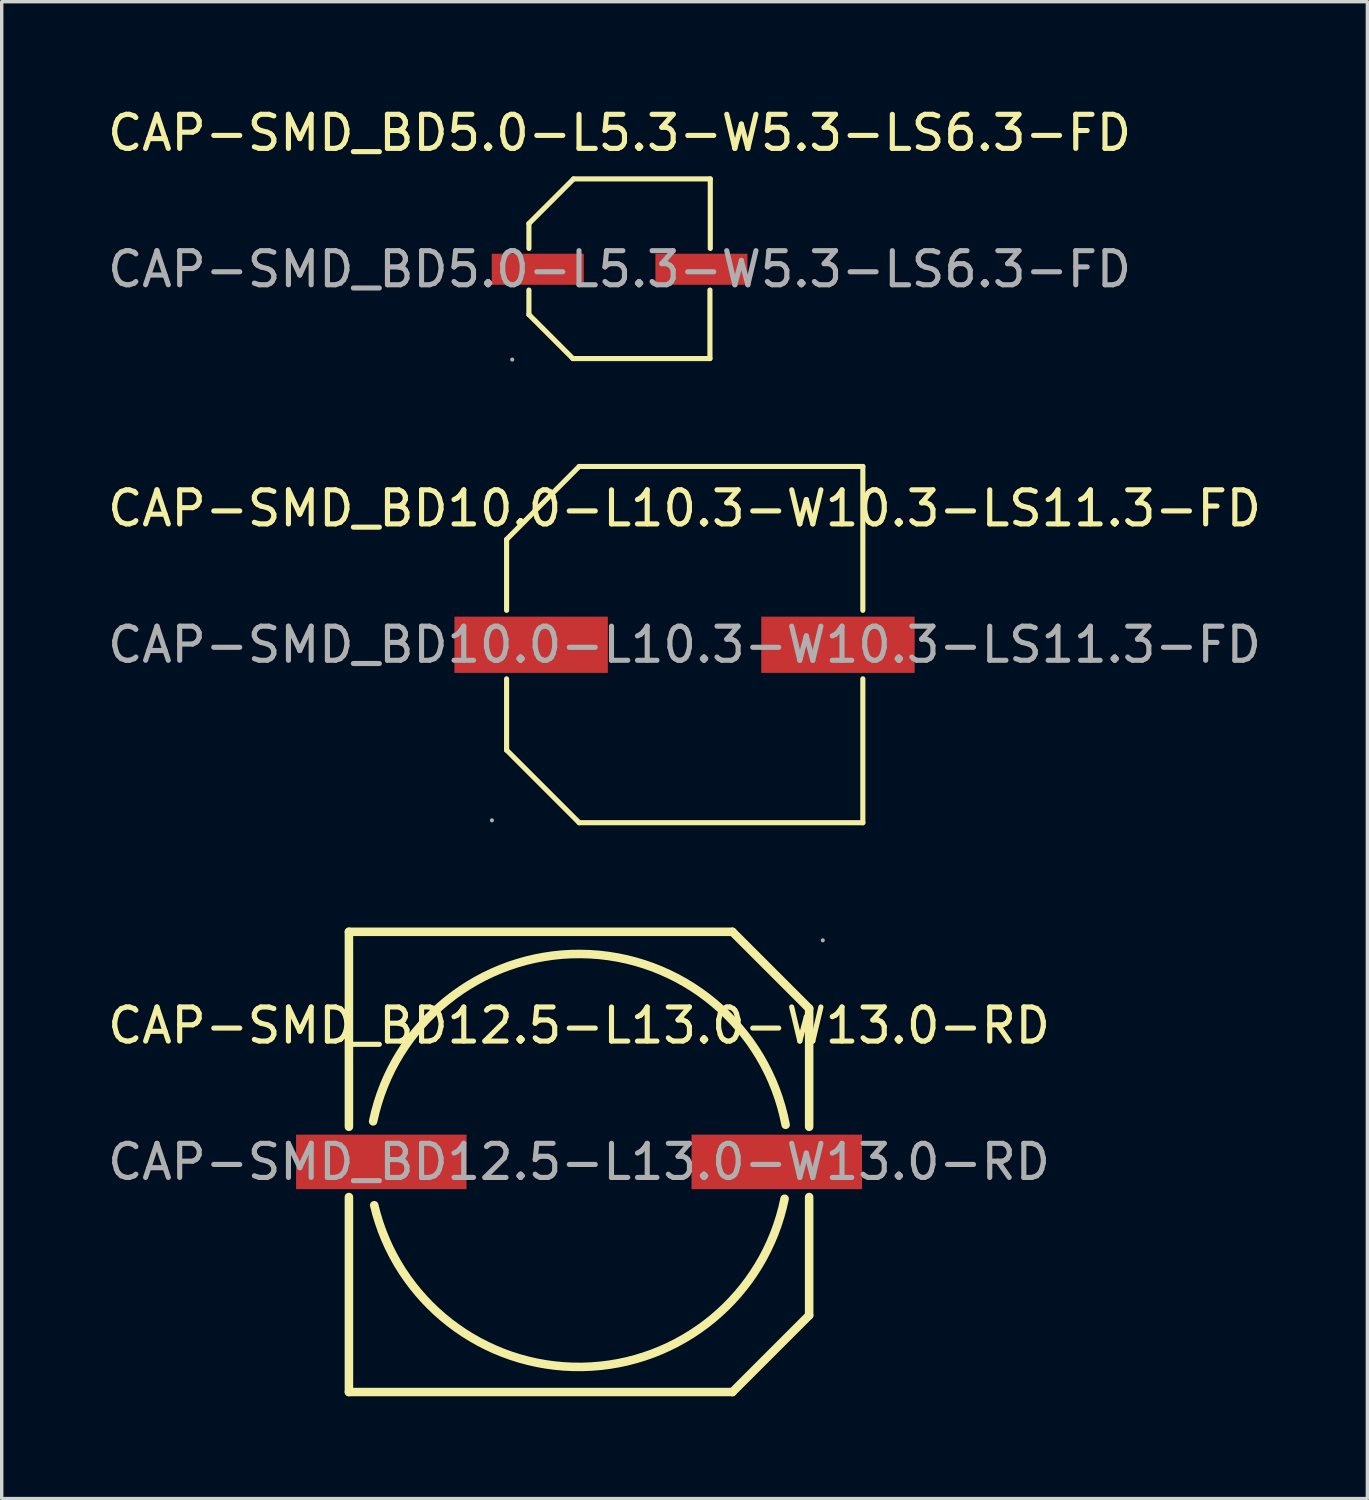
<source format=kicad_pcb>
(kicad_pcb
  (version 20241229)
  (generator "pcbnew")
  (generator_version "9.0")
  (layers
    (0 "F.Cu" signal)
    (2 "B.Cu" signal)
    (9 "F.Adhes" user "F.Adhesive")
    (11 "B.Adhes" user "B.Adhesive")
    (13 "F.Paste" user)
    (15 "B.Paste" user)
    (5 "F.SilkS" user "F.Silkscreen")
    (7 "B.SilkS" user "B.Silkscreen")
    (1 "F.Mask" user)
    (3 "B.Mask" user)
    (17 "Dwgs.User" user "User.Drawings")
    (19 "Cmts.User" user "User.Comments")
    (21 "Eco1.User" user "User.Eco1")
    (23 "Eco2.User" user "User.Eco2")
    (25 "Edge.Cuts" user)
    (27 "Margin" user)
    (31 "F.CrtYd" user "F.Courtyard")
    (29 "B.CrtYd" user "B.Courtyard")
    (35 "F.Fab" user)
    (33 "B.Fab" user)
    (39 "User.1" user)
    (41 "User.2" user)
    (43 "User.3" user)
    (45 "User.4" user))
  (footprint "CAP-SMD_BD5.0-L5.3-W5.3-LS6.3-FD"
    (layer "F.Cu")
    (at 15.125 4.848)
    (property "Reference" "CAP-SMD_BD5.0-L5.3-W5.3-LS6.3-FD" (at 0 -4 0) (layer "F.SilkS") (effects (font (size 1 1) (thickness 0.15))))
    (attr smd)
    (fp_line (start -2.66 -1.34) (end -2.66 -0.61) (stroke (width 0.15) (type solid)) (layer "F.SilkS"))
    (fp_line (start -2.66 1.33) (end -2.66 0.61) (stroke (width 0.15) (type solid)) (layer "F.SilkS"))
    (fp_line (start -1.37 2.62) (end -2.66 1.33) (stroke (width 0.15) (type solid)) (layer "F.SilkS"))
    (fp_line (start -1.35 -2.65) (end -2.66 -1.34) (stroke (width 0.15) (type solid)) (layer "F.SilkS"))
    (fp_line (start 2.65 0.61) (end 2.65 2.62) (stroke (width 0.15) (type solid)) (layer "F.SilkS"))
    (fp_line (start 2.65 2.62) (end -1.37 2.62) (stroke (width 0.15) (type solid)) (layer "F.SilkS"))
    (fp_line (start 2.66 -2.65) (end -1.35 -2.65) (stroke (width 0.15) (type solid)) (layer "F.SilkS"))
    (fp_line (start 2.66 -0.61) (end 2.66 -2.65) (stroke (width 0.15) (type solid)) (layer "F.SilkS"))
    (fp_circle (center -3.15 2.65) (end -3.12 2.65) (stroke (width 0.06) (type solid)) (fill no) (layer "F.Fab"))
    (fp_text user "${REFERENCE}" (at 0 0 0) (layer "F.Fab") (effects (font (size 1 1) (thickness 0.15))))
    (pad "1" smd rect (at -2.4 0) (size 2.7 0.91) (layers "F.Cu" "F.Mask" "F.Paste"))
    (pad "2" smd rect (at 2.4 0) (size 2.7 0.91) (layers "F.Cu" "F.Mask" "F.Paste")))
  (footprint "CAP-SMD_BD12.5-L13.0-W13.0-RD"
    (layer "F.Cu")
    (at 13.935 31.033)
    (property "Reference" "CAP-SMD_BD12.5-L13.0-W13.0-RD" (at 0 -4 0) (layer "F.SilkS") (effects (font (size 1 1) (thickness 0.15))))
    (attr smd)
    (fp_line (start -6.75 -6.75) (end 4.5 -6.75) (stroke (width 0.25) (type solid)) (layer "F.SilkS"))
    (fp_line (start -6.75 -1.03) (end -6.75 -6.75) (stroke (width 0.25) (type solid)) (layer "F.SilkS"))
    (fp_line (start -6.75 6.75) (end -6.75 1.03) (stroke (width 0.25) (type solid)) (layer "F.SilkS"))
    (fp_line (start -6.75 6.75) (end 4.5 6.75) (stroke (width 0.25) (type solid)) (layer "F.SilkS"))
    (fp_line (start 4.5 6.75) (end 6.75 4.5) (stroke (width 0.25) (type solid)) (layer "F.SilkS"))
    (fp_line (start 6.75 -4.5) (end 4.5 -6.75) (stroke (width 0.25) (type solid)) (layer "F.SilkS"))
    (fp_line (start 6.75 -1.03) (end 6.75 -4.5) (stroke (width 0.25) (type solid)) (layer "F.SilkS"))
    (fp_line (start 6.75 4.5) (end 6.75 1.03) (stroke (width 0.25) (type solid)) (layer "F.SilkS"))
    (fp_arc (start -6.04 -1.19) (mid 0.051521 -6.099809) (end 6.0602 -1.088957) (stroke (width 0.25) (type solid)) (layer "F.SilkS"))
    (fp_arc (start 6.03 1.08) (mid 0.087846 6.013191) (end -6.007911 1.271112) (stroke (width 0.25) (type solid)) (layer "F.SilkS"))
    (fp_circle (center 7.15 -6.5) (end 7.18 -6.5) (stroke (width 0.06) (type solid)) (fill no) (layer "F.Fab"))
    (fp_text user "${REFERENCE}" (at 0 0 0) (layer "F.Fab") (effects (font (size 1 1) (thickness 0.15))))
    (pad "1" smd rect (at 5.8 0) (size 5 1.6) (layers "F.Cu" "F.Mask" "F.Paste"))
    (pad "2" smd rect (at -5.8 0) (size 5 1.6) (layers "F.Cu" "F.Mask" "F.Paste")))
  (footprint "CAP-SMD_BD10.0-L10.3-W10.3-LS11.3-FD"
    (layer "F.Cu")
    (at 17.03 15.863)
    (property "Reference" "CAP-SMD_BD10.0-L10.3-W10.3-LS11.3-FD" (at 0 -4 0) (layer "F.SilkS") (effects (font (size 1 1) (thickness 0.15))))
    (attr smd)
    (fp_line (start -5.22 -3.09) (end -5.22 -1.01) (stroke (width 0.15) (type solid)) (layer "F.SilkS"))
    (fp_line (start -5.22 1) (end -5.22 3.09) (stroke (width 0.15) (type solid)) (layer "F.SilkS"))
    (fp_line (start -3.09 -5.23) (end -5.22 -3.09) (stroke (width 0.15) (type solid)) (layer "F.SilkS"))
    (fp_line (start -3.09 5.22) (end -5.22 3.09) (stroke (width 0.15) (type solid)) (layer "F.SilkS"))
    (fp_line (start 5.23 -5.23) (end -3.09 -5.23) (stroke (width 0.15) (type solid)) (layer "F.SilkS"))
    (fp_line (start 5.23 -1.01) (end 5.23 -5.23) (stroke (width 0.15) (type solid)) (layer "F.SilkS"))
    (fp_line (start 5.23 5.22) (end -3.09 5.22) (stroke (width 0.15) (type solid)) (layer "F.SilkS"))
    (fp_line (start 5.23 5.22) (end 5.23 1) (stroke (width 0.15) (type solid)) (layer "F.SilkS"))
    (fp_circle (center -5.65 5.15) (end -5.62 5.15) (stroke (width 0.06) (type solid)) (fill no) (layer "F.Fab"))
    (fp_text user "${REFERENCE}" (at 0 0 0) (layer "F.Fab") (effects (font (size 1 1) (thickness 0.15))))
    (pad "1" smd rect (at -4.5 0) (size 4.5 1.65) (layers "F.Cu" "F.Mask" "F.Paste"))
    (pad "2" smd rect (at 4.5 0) (size 4.5 1.65) (layers "F.Cu" "F.Mask" "F.Paste")))
  (gr_rect
    (start -3 -3)
    (end 37.06 40.908)
    (stroke (width 0.1) (type default))
    (fill no)
    (layer "Edge.Cuts")))
</source>
